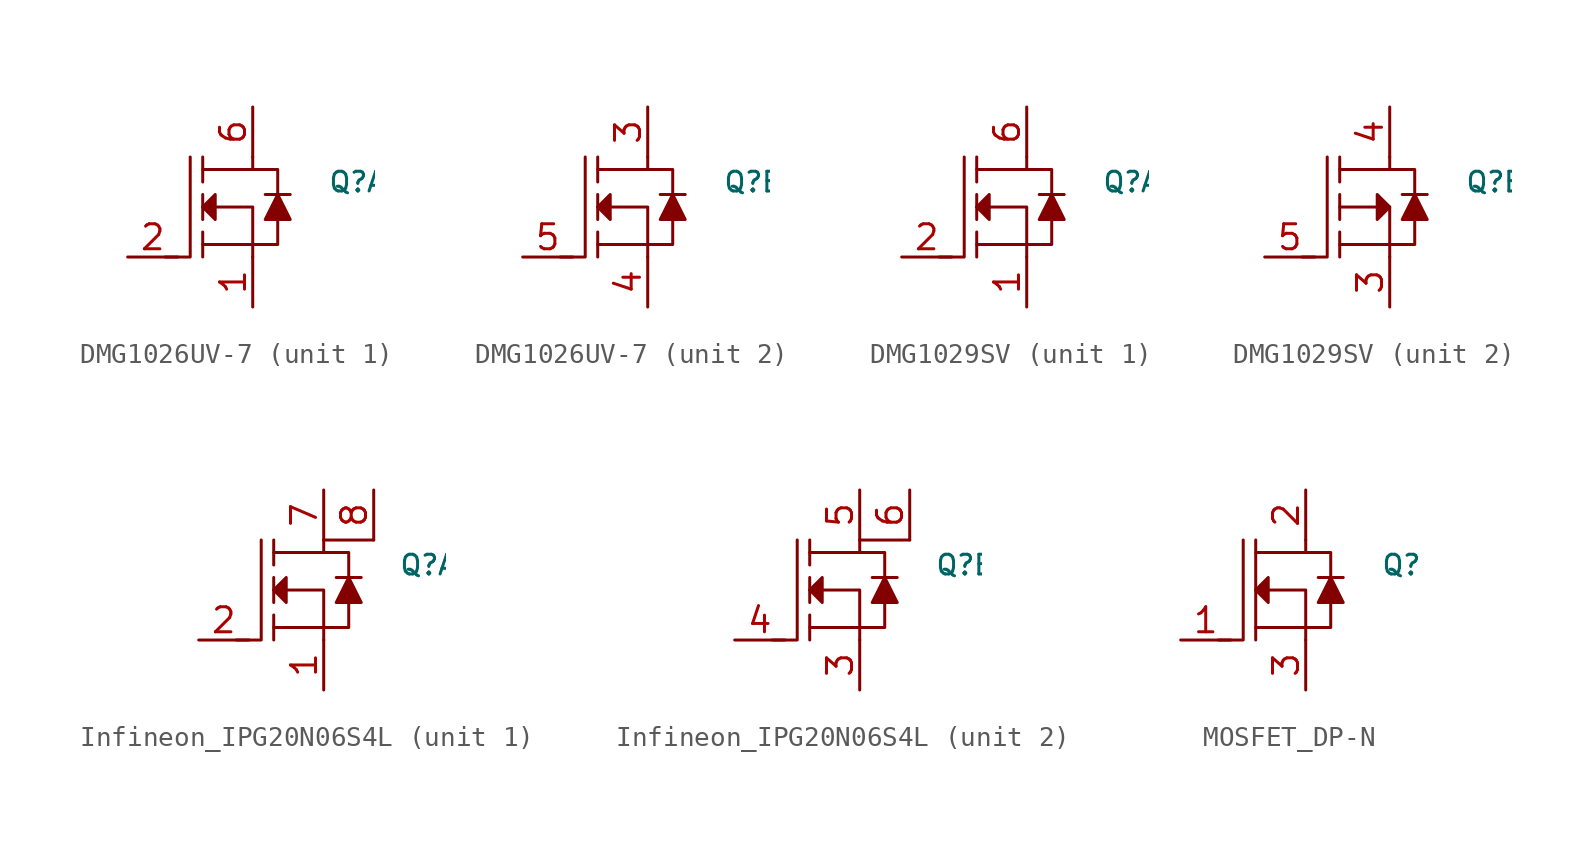
<source format=kicad_sym>
(kicad_symbol_lib
  (version 20231120)
  (generator "kicad_symbol_editor")
  (generator_version "8.0")
  (symbol "DMG1026UV-7"
    (pin_names hide)
    (property "Reference" "Q"
      (at 3.81 1.27 0)
      (effects (font (size 1 1)) (justify left)))
    (property "ki_locked" ""
      (at 0 0 0)
      (effects (font (size 1.27 1.27))))
    (symbol "DMG1026UV-7_0_1"
      (polyline (pts (xy -2.54 -1.905) (xy 0 -1.905)) (stroke (width 0) (type default)) (fill (type none)))
      (polyline (pts (xy -2.54 -1.27) (xy -2.54 -2.54)) (stroke (width 0) (type default)) (fill (type none)))
      (polyline (pts (xy -2.54 0.635) (xy -2.54 -0.635)) (stroke (width 0) (type default)) (fill (type none)))
      (polyline (pts (xy -2.54 2.54) (xy -2.54 1.27)) (stroke (width 0) (type default)) (fill (type none)))
      (polyline (pts (xy 0.635 0.635) (xy 1.905 0.635)) (stroke (width 0) (type default)) (fill (type none)))
      (polyline (pts (xy -3.175 2.54) (xy -3.175 -2.54) (xy -4.445 -2.54)) (stroke (width 0) (type default)) (fill (type none)))
      (polyline (pts (xy -2.54 0) (xy 0 0) (xy 0 -2.54)) (stroke (width 0) (type default)) (fill (type none)))
      (polyline (pts (xy -2.54 1.905) (xy 0 1.905) (xy 0 2.54)) (stroke (width 0) (type default)) (fill (type none)))
      (polyline (pts (xy 1.27 -0.635) (xy 1.27 -1.905) (xy 0 -1.905)) (stroke (width 0) (type default)) (fill (type none)))
      (polyline (pts (xy 1.27 0.635) (xy 1.27 1.905) (xy 0 1.905)) (stroke (width 0) (type default)) (fill (type none)))
      (polyline (pts (xy -1.905 0.635) (xy -1.905 -0.635) (xy -2.54 0) (xy -1.905 0.635)) (stroke (width 0) (type default)) (fill (type outline)))
      (polyline (pts (xy 1.27 0.635) (xy 0.635 -0.635) (xy 1.905 -0.635) (xy 1.27 0.635)) (stroke (width 0) (type default)) (fill (type outline))))
    (symbol "DMG1026UV-7_1_1"
      (pin bidirectional line (at 0 -5.08 90) (length 2.54) (name "~" (effects (font (size 1.27 1.27)))) (number "1" (effects (font (size 1.27 1.27)))))
      (pin input line (at -6.35 -2.54 0) (length 2.54) (name "~" (effects (font (size 1.27 1.27)))) (number "2" (effects (font (size 1.27 1.27)))))
      (pin bidirectional line (at 0 5.08 270) (length 2.54) (name "~" (effects (font (size 1.27 1.27)))) (number "6" (effects (font (size 1.27 1.27))))))
    (symbol "DMG1026UV-7_2_1"
      (pin bidirectional line (at 0 5.08 270) (length 2.54) (name "~" (effects (font (size 1.27 1.27)))) (number "3" (effects (font (size 1.27 1.27)))))
      (pin bidirectional line (at 0 -5.08 90) (length 2.54) (name "~" (effects (font (size 1.27 1.27)))) (number "4" (effects (font (size 1.27 1.27)))))
      (pin input line (at -6.35 -2.54 0) (length 2.54) (name "~" (effects (font (size 1.27 1.27)))) (number "5" (effects (font (size 1.27 1.27)))))))
  (symbol "DMG1029SV"
    (pin_names hide)
    (property "Reference" "Q"
      (at 3.81 1.27 0)
      (effects (font (size 1 1)) (justify left)))
    (property "ki_locked" ""
      (at 0 0 0)
      (effects (font (size 1.27 1.27))))
    (symbol "DMG1029SV_1_1"
      (polyline (pts (xy -2.54 -1.905) (xy 0 -1.905)) (stroke (width 0) (type default)) (fill (type none)))
      (polyline (pts (xy -2.54 -1.27) (xy -2.54 -2.54)) (stroke (width 0) (type default)) (fill (type none)))
      (polyline (pts (xy -2.54 0.635) (xy -2.54 -0.635)) (stroke (width 0) (type default)) (fill (type none)))
      (polyline (pts (xy -2.54 2.54) (xy -2.54 1.27)) (stroke (width 0) (type default)) (fill (type none)))
      (polyline (pts (xy 0.635 0.635) (xy 1.905 0.635)) (stroke (width 0) (type default)) (fill (type none)))
      (polyline (pts (xy -3.175 2.54) (xy -3.175 -2.54) (xy -4.445 -2.54)) (stroke (width 0) (type default)) (fill (type none)))
      (polyline (pts (xy -2.54 0) (xy 0 0) (xy 0 -2.54)) (stroke (width 0) (type default)) (fill (type none)))
      (polyline (pts (xy -2.54 1.905) (xy 0 1.905) (xy 0 2.54)) (stroke (width 0) (type default)) (fill (type none)))
      (polyline (pts (xy 1.27 -0.635) (xy 1.27 -1.905) (xy 0 -1.905)) (stroke (width 0) (type default)) (fill (type none)))
      (polyline (pts (xy 1.27 0.635) (xy 1.27 1.905) (xy 0 1.905)) (stroke (width 0) (type default)) (fill (type none)))
      (polyline (pts (xy -1.905 0.635) (xy -1.905 -0.635) (xy -2.54 0) (xy -1.905 0.635)) (stroke (width 0) (type default)) (fill (type outline)))
      (polyline (pts (xy 1.27 0.635) (xy 0.635 -0.635) (xy 1.905 -0.635) (xy 1.27 0.635)) (stroke (width 0) (type default)) (fill (type outline)))
      (pin bidirectional line (at 0 -5.08 90) (length 2.54) (name "~" (effects (font (size 1.27 1.27)))) (number "1" (effects (font (size 1.27 1.27)))))
      (pin input line (at -6.35 -2.54 0) (length 2.54) (name "~" (effects (font (size 1.27 1.27)))) (number "2" (effects (font (size 1.27 1.27)))))
      (pin bidirectional line (at 0 5.08 270) (length 2.54) (name "~" (effects (font (size 1.27 1.27)))) (number "6" (effects (font (size 1.27 1.27))))))
    (symbol "DMG1029SV_2_1"
      (polyline (pts (xy -2.54 -1.905) (xy 0 -1.905)) (stroke (width 0) (type default)) (fill (type none)))
      (polyline (pts (xy -2.54 -1.27) (xy -2.54 -2.54)) (stroke (width 0) (type default)) (fill (type none)))
      (polyline (pts (xy -2.54 0.635) (xy -2.54 -0.635)) (stroke (width 0) (type default)) (fill (type none)))
      (polyline (pts (xy -2.54 2.54) (xy -2.54 1.27)) (stroke (width 0) (type default)) (fill (type none)))
      (polyline (pts (xy 1.905 0.635) (xy 0.635 0.635)) (stroke (width 0) (type default)) (fill (type none)))
      (polyline (pts (xy -3.175 2.54) (xy -3.175 -2.54) (xy -4.445 -2.54)) (stroke (width 0) (type default)) (fill (type none)))
      (polyline (pts (xy -2.54 0) (xy 0 0) (xy 0 -2.54)) (stroke (width 0) (type default)) (fill (type none)))
      (polyline (pts (xy -2.54 1.905) (xy 0 1.905) (xy 0 2.54)) (stroke (width 0) (type default)) (fill (type none)))
      (polyline (pts (xy 1.27 -0.635) (xy 1.27 -1.905) (xy 0 -1.905)) (stroke (width 0) (type default)) (fill (type none)))
      (polyline (pts (xy 1.27 0.635) (xy 1.27 1.905) (xy 0 1.905)) (stroke (width 0) (type default)) (fill (type none)))
      (polyline (pts (xy -0.635 0.635) (xy -0.635 -0.635) (xy 0 0) (xy -0.635 0.635)) (stroke (width 0) (type default)) (fill (type outline)))
      (polyline (pts (xy 1.905 -0.635) (xy 0.635 -0.635) (xy 1.27 0.635) (xy 1.905 -0.635)) (stroke (width 0) (type default)) (fill (type outline)))
      (pin bidirectional line (at 0 -5.08 90) (length 2.54) (name "~" (effects (font (size 1.27 1.27)))) (number "3" (effects (font (size 1.27 1.27)))))
      (pin bidirectional line (at 0 5.08 270) (length 2.54) (name "~" (effects (font (size 1.27 1.27)))) (number "4" (effects (font (size 1.27 1.27)))))
      (pin input line (at -6.35 -2.54 0) (length 2.54) (name "~" (effects (font (size 1.27 1.27)))) (number "5" (effects (font (size 1.27 1.27)))))))
  (symbol "Infineon_IPG20N06S4L"
    (property "Reference" "Q"
      (at 3.81 1.27 0)
      (effects (font (size 1 1)) (justify left)))
    (property "ki_locked" ""
      (at 0 0 0)
      (effects (font (size 1.27 1.27))))
    (symbol "Infineon_IPG20N06S4L_1_1"
      (polyline (pts (xy -2.54 -1.905) (xy 0 -1.905)) (stroke (width 0) (type default)) (fill (type none)))
      (polyline (pts (xy -2.54 -1.27) (xy -2.54 -2.54)) (stroke (width 0) (type default)) (fill (type none)))
      (polyline (pts (xy -2.54 0.635) (xy -2.54 -0.635)) (stroke (width 0) (type default)) (fill (type none)))
      (polyline (pts (xy -2.54 2.54) (xy -2.54 1.27)) (stroke (width 0) (type default)) (fill (type none)))
      (polyline (pts (xy 0.635 0.635) (xy 1.905 0.635)) (stroke (width 0) (type default)) (fill (type none)))
      (polyline (pts (xy 2.54 2.54) (xy 0 2.54)) (stroke (width 0) (type default)) (fill (type none)))
      (polyline (pts (xy -3.175 2.54) (xy -3.175 -2.54) (xy -4.445 -2.54)) (stroke (width 0) (type default)) (fill (type none)))
      (polyline (pts (xy -2.54 0) (xy 0 0) (xy 0 -2.54)) (stroke (width 0) (type default)) (fill (type none)))
      (polyline (pts (xy -2.54 1.905) (xy 0 1.905) (xy 0 2.54)) (stroke (width 0) (type default)) (fill (type none)))
      (polyline (pts (xy 1.27 -0.635) (xy 1.27 -1.905) (xy 0 -1.905)) (stroke (width 0) (type default)) (fill (type none)))
      (polyline (pts (xy 1.27 0.635) (xy 1.27 1.905) (xy 0 1.905)) (stroke (width 0) (type default)) (fill (type none)))
      (polyline (pts (xy -1.905 0.635) (xy -1.905 -0.635) (xy -2.54 0) (xy -1.905 0.635)) (stroke (width 0) (type default)) (fill (type outline)))
      (polyline (pts (xy 1.27 0.635) (xy 0.635 -0.635) (xy 1.905 -0.635) (xy 1.27 0.635)) (stroke (width 0) (type default)) (fill (type outline)))
      (pin bidirectional line (at 0 -5.08 90) (length 2.54) (name "~" (effects (font (size 1.27 1.27)))) (number "1" (effects (font (size 1.27 1.27)))))
      (pin passive line (at -6.35 -2.54 0) (length 2.54) (name "~" (effects (font (size 1.27 1.27)))) (number "2" (effects (font (size 1.27 1.27)))))
      (pin bidirectional line (at 0 5.08 270) (length 2.54) (name "~" (effects (font (size 1.27 1.27)))) (number "7" (effects (font (size 1.27 1.27)))))
      (pin bidirectional line (at 2.54 5.08 270) (length 2.54) (name "~" (effects (font (size 1.27 1.27)))) (number "8" (effects (font (size 1.27 1.27))))))
    (symbol "Infineon_IPG20N06S4L_2_1"
      (polyline (pts (xy -2.54 -1.905) (xy 0 -1.905)) (stroke (width 0) (type default)) (fill (type none)))
      (polyline (pts (xy -2.54 -1.27) (xy -2.54 -2.54)) (stroke (width 0) (type default)) (fill (type none)))
      (polyline (pts (xy -2.54 0.635) (xy -2.54 -0.635)) (stroke (width 0) (type default)) (fill (type none)))
      (polyline (pts (xy -2.54 2.54) (xy -2.54 1.27)) (stroke (width 0) (type default)) (fill (type none)))
      (polyline (pts (xy 0.635 0.635) (xy 1.905 0.635)) (stroke (width 0) (type default)) (fill (type none)))
      (polyline (pts (xy 2.54 2.54) (xy 0 2.54)) (stroke (width 0) (type default)) (fill (type none)))
      (polyline (pts (xy -3.175 2.54) (xy -3.175 -2.54) (xy -4.445 -2.54)) (stroke (width 0) (type default)) (fill (type none)))
      (polyline (pts (xy -2.54 0) (xy 0 0) (xy 0 -2.54)) (stroke (width 0) (type default)) (fill (type none)))
      (polyline (pts (xy -2.54 1.905) (xy 0 1.905) (xy 0 2.54)) (stroke (width 0) (type default)) (fill (type none)))
      (polyline (pts (xy 1.27 -0.635) (xy 1.27 -1.905) (xy 0 -1.905)) (stroke (width 0) (type default)) (fill (type none)))
      (polyline (pts (xy 1.27 0.635) (xy 1.27 1.905) (xy 0 1.905)) (stroke (width 0) (type default)) (fill (type none)))
      (polyline (pts (xy -1.905 0.635) (xy -1.905 -0.635) (xy -2.54 0) (xy -1.905 0.635)) (stroke (width 0) (type default)) (fill (type outline)))
      (polyline (pts (xy 1.27 0.635) (xy 0.635 -0.635) (xy 1.905 -0.635) (xy 1.27 0.635)) (stroke (width 0) (type default)) (fill (type outline)))
      (pin bidirectional line (at 0 -5.08 90) (length 2.54) (name "~" (effects (font (size 1.27 1.27)))) (number "3" (effects (font (size 1.27 1.27)))))
      (pin input line (at -6.35 -2.54 0) (length 2.54) (name "~" (effects (font (size 1.27 1.27)))) (number "4" (effects (font (size 1.27 1.27)))))
      (pin bidirectional line (at 0 5.08 270) (length 2.54) (name "~" (effects (font (size 1.27 1.27)))) (number "5" (effects (font (size 1.27 1.27)))))
      (pin bidirectional line (at 2.54 5.08 270) (length 2.54) (name "~" (effects (font (size 1.27 1.27)))) (number "6" (effects (font (size 1.27 1.27)))))))
  (symbol "MOSFET_DP-N"
    (property "Reference" "Q"
      (at 3.81 1.27 0)
      (effects (font (size 1 1)) (justify left)))
    (symbol "MOSFET_DP-N_0_1"
      (polyline (pts (xy -2.54 -1.905) (xy 0 -1.905)) (stroke (width 0) (type default)) (fill (type none)))
      (polyline (pts (xy -2.54 2.54) (xy -2.54 -2.54)) (stroke (width 0) (type default)) (fill (type none)))
      (polyline (pts (xy 0.635 0.635) (xy 1.905 0.635)) (stroke (width 0) (type default)) (fill (type none)))
      (polyline (pts (xy -3.175 2.54) (xy -3.175 -2.54) (xy -4.445 -2.54)) (stroke (width 0) (type default)) (fill (type none)))
      (polyline (pts (xy -2.54 0) (xy 0 0) (xy 0 -2.54)) (stroke (width 0) (type default)) (fill (type none)))
      (polyline (pts (xy -2.54 1.905) (xy 0 1.905) (xy 0 2.54)) (stroke (width 0) (type default)) (fill (type none)))
      (polyline (pts (xy 1.27 -0.635) (xy 1.27 -1.905) (xy 0 -1.905)) (stroke (width 0) (type default)) (fill (type none)))
      (polyline (pts (xy 1.27 0.635) (xy 1.27 1.905) (xy 0 1.905)) (stroke (width 0) (type default)) (fill (type none)))
      (polyline (pts (xy -1.905 0.635) (xy -1.905 -0.635) (xy -2.54 0) (xy -1.905 0.635)) (stroke (width 0) (type default)) (fill (type outline)))
      (polyline (pts (xy 1.27 0.635) (xy 0.635 -0.635) (xy 1.905 -0.635) (xy 1.27 0.635)) (stroke (width 0) (type default)) (fill (type outline))))
    (symbol "MOSFET_DP-N_1_1"
      (pin input line (at -6.35 -2.54 0) (length 2.54) (name "~" (effects (font (size 1.27 1.27)))) (number "1" (effects (font (size 1.27 1.27)))))
      (pin bidirectional line (at 0 5.08 270) (length 2.54) (name "~" (effects (font (size 1.27 1.27)))) (number "2" (effects (font (size 1.27 1.27)))))
      (pin bidirectional line (at 0 -5.08 90) (length 2.54) (name "~" (effects (font (size 1.27 1.27)))) (number "3" (effects (font (size 1.27 1.27))))))))
</source>
